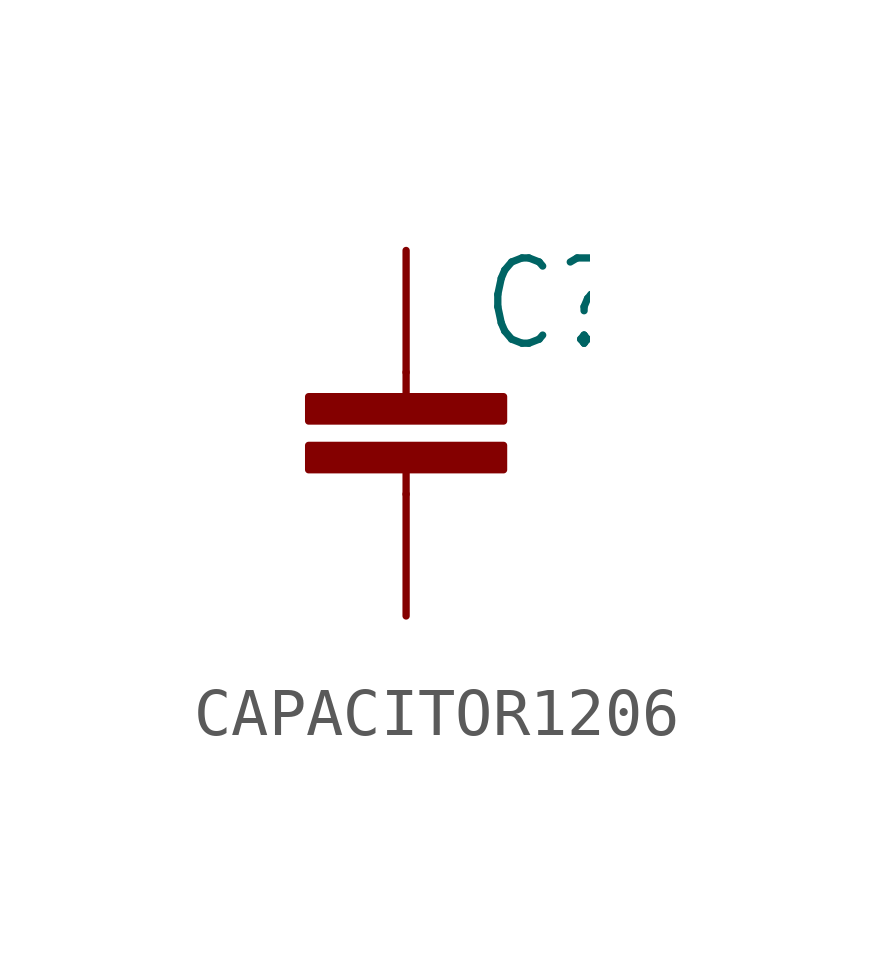
<source format=kicad_sym>
(kicad_symbol_lib
  (version 20241209)
  (generator "kicad_symbol_editor")
  (generator_version "9.0")
  (symbol "CAPACITOR1206"
    (property "Reference" "C"
      (at 1.524 2.921 0)
      (effects (font (size 1.778 1.511)) (justify left bottom)))
    (property "Value" ""
      (at 1.524 -2.159 0)
      (effects (font (size 1.778 1.511)) (justify left bottom)))
    (property "ki_locked" ""
      (at 0 0 0)
      (effects (font (size 1.27 1.27))))
    (symbol "CAPACITOR1206_1_0"
      (rectangle (start -2.032 1.524) (end 2.032 2.032) (stroke (width 0) (type default)) (fill (type outline)))
      (rectangle (start -2.032 0.508) (end 2.032 1.016) (stroke (width 0) (type default)) (fill (type outline)))
      (polyline (pts (xy 0 2.54) (xy 0 2.032)) (stroke (width 0.152) (type solid)) (fill (type none)))
      (polyline (pts (xy 0 0) (xy 0 0.508)) (stroke (width 0.152) (type solid)) (fill (type none)))
      (pin passive line (at 0 5.08 270) (length 2.54) (name "1" (effects (font (size 0 0)))) (number "1" (effects (font (size 0 0)))))
      (pin passive line (at 0 -2.54 90) (length 2.54) (name "2" (effects (font (size 0 0)))) (number "2" (effects (font (size 0 0))))))))
</source>
